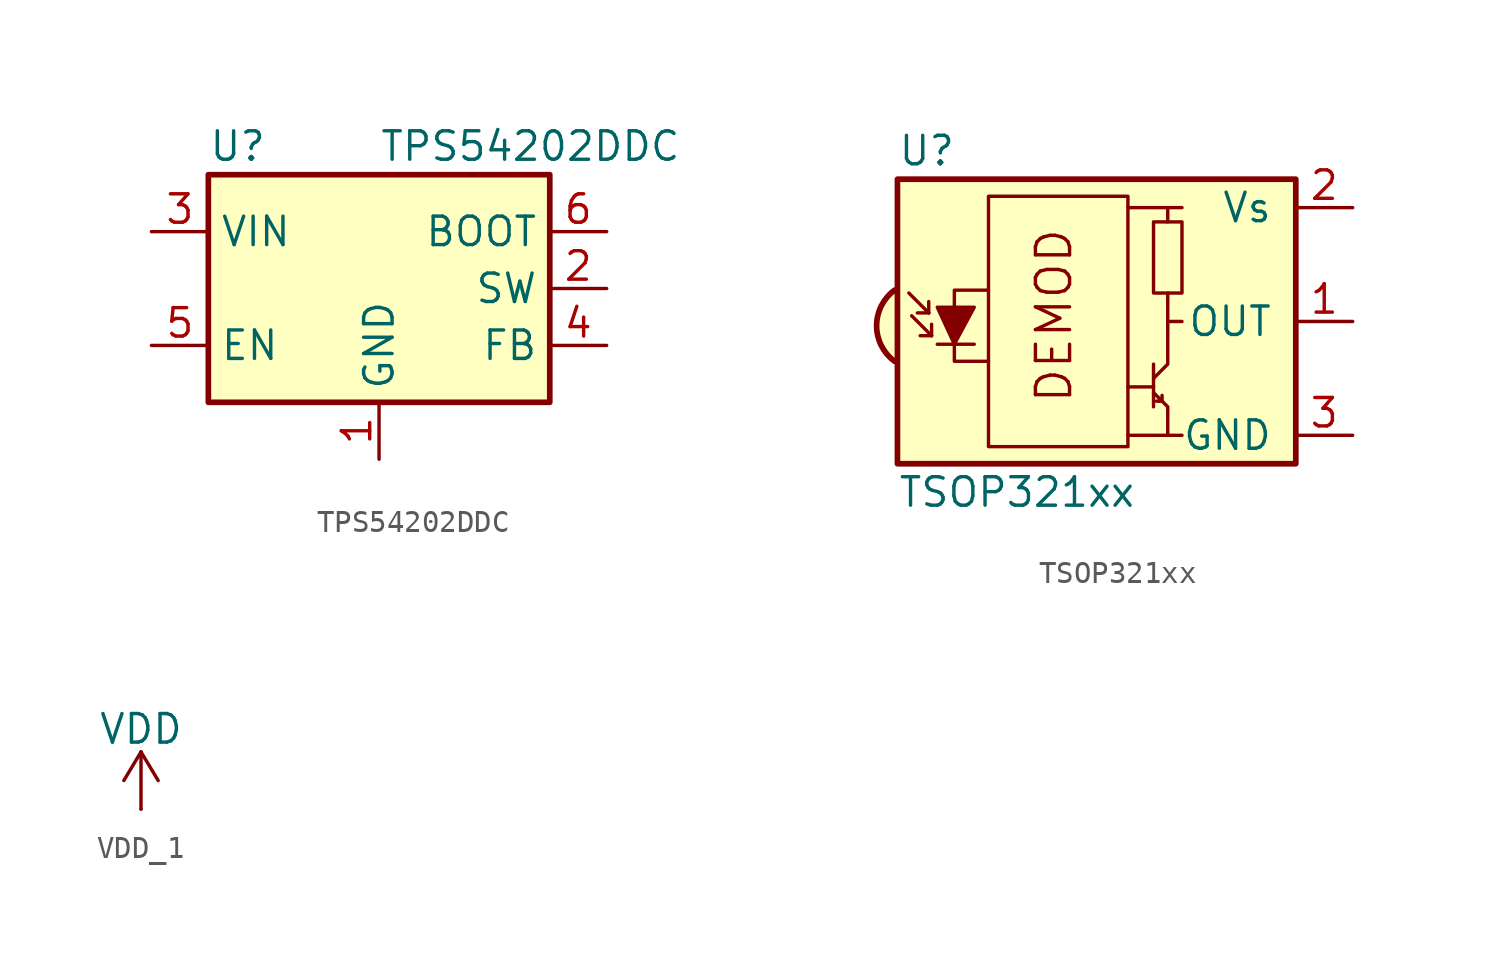
<source format=kicad_sym>
(kicad_symbol_lib
  (version 20241209)
  (generator "kicad_symbol_editor")
  (generator_version "9.0")
  (symbol "TPS54202DDC"
    (property "Reference" "U"
      (at -7.62 6.35 0)
      (effects (font (size 1.27 1.27)) (justify left)))
    (property "Value" "TPS54202DDC"
      (at 0 6.35 0)
      (effects (font (size 1.27 1.27)) (justify left)))
    (symbol "TPS54202DDC_0_1"
      (rectangle (start -7.62 5.08) (end 7.62 -5.08) (stroke (width 0.254) (type default)) (fill (type background))))
    (symbol "TPS54202DDC_1_1"
      (pin power_in line (at -10.16 2.54 0) (length 2.54) (name "VIN" (effects (font (size 1.27 1.27)))) (number "3" (effects (font (size 1.27 1.27)))))
      (pin input line (at -10.16 -2.54 0) (length 2.54) (name "EN" (effects (font (size 1.27 1.27)))) (number "5" (effects (font (size 1.27 1.27)))))
      (pin power_in line (at 0 -7.62 90) (length 2.54) (name "GND" (effects (font (size 1.27 1.27)))) (number "1" (effects (font (size 1.27 1.27)))))
      (pin passive line (at 10.16 2.54 180) (length 2.54) (name "BOOT" (effects (font (size 1.27 1.27)))) (number "6" (effects (font (size 1.27 1.27)))))
      (pin power_out line (at 10.16 0 180) (length 2.54) (name "SW" (effects (font (size 1.27 1.27)))) (number "2" (effects (font (size 1.27 1.27)))))
      (pin input line (at 10.16 -2.54 180) (length 2.54) (name "FB" (effects (font (size 1.27 1.27)))) (number "4" (effects (font (size 1.27 1.27)))))))
  (symbol "TSOP321xx"
    (pin_names
      (offset 1.016))
    (property "Reference" "U"
      (at -10.16 7.62 0)
      (effects (font (size 1.27 1.27)) (justify left)))
    (property "Value" "TSOP321xx"
      (at -10.16 -7.62 0)
      (effects (font (size 1.27 1.27)) (justify left)))
    (symbol "TSOP321xx_0_0"
      (arc (start -10.287 -1.778) (mid -11.0899 -0.1905) (end -10.287 1.397) (stroke (width 0.254) (type default)) (fill (type background)))
      (polyline (pts (xy 1.905 5.08) (xy 0.127 5.08)) (stroke (width 0) (type default)) (fill (type none)))
      (polyline (pts (xy 1.905 -5.08) (xy 0.127 -5.08)) (stroke (width 0) (type default)) (fill (type none)))
      (text "DEMOD" (at -3.175 0.254 900) (effects (font (size 1.524 1.524)))))
    (symbol "TSOP321xx_0_1"
      (polyline (pts (xy -8.763 0.381) (xy -9.652 1.27)) (stroke (width 0) (type default)) (fill (type none)))
      (polyline (pts (xy -8.763 0.381) (xy -9.271 0.381)) (stroke (width 0) (type default)) (fill (type none)))
      (polyline (pts (xy -8.763 0.381) (xy -8.763 0.889)) (stroke (width 0) (type default)) (fill (type none)))
      (polyline (pts (xy -8.636 -0.635) (xy -9.525 0.254)) (stroke (width 0) (type default)) (fill (type none)))
      (polyline (pts (xy -8.636 -0.635) (xy -9.144 -0.635)) (stroke (width 0) (type default)) (fill (type none)))
      (polyline (pts (xy -8.636 -0.635) (xy -8.636 -0.127)) (stroke (width 0) (type default)) (fill (type none)))
      (polyline (pts (xy -8.382 0.635) (xy -6.731 0.635) (xy -7.62 -1.016) (xy -8.382 0.635)) (stroke (width 0) (type default)) (fill (type outline)))
      (polyline (pts (xy -8.382 -1.016) (xy -6.731 -1.016)) (stroke (width 0) (type default)) (fill (type none)))
      (rectangle (start -6.096 5.588) (end 0.127 -5.588) (stroke (width 0) (type default)) (fill (type none)))
      (polyline (pts (xy -6.096 1.397) (xy -7.62 1.397) (xy -7.62 -1.778) (xy -6.096 -1.778)) (stroke (width 0) (type default)) (fill (type none)))
      (polyline (pts (xy 1.27 -1.905) (xy 1.27 -3.81)) (stroke (width 0) (type default)) (fill (type none)))
      (polyline (pts (xy 1.27 -2.54) (xy 1.905 -1.905) (xy 1.905 0) (xy 2.54 0)) (stroke (width 0) (type default)) (fill (type none)))
      (polyline (pts (xy 1.27 -2.921) (xy 0.127 -2.921)) (stroke (width 0) (type default)) (fill (type none)))
      (polyline (pts (xy 1.27 -3.175) (xy 1.905 -3.81) (xy 1.905 -5.08) (xy 2.54 -5.08)) (stroke (width 0) (type default)) (fill (type none)))
      (polyline (pts (xy 1.397 -3.556) (xy 1.524 -3.556)) (stroke (width 0) (type default)) (fill (type none)))
      (polyline (pts (xy 1.651 -3.556) (xy 1.524 -3.556)) (stroke (width 0) (type default)) (fill (type none)))
      (polyline (pts (xy 1.651 -3.556) (xy 1.651 -3.302)) (stroke (width 0) (type default)) (fill (type none)))
      (polyline (pts (xy 1.905 4.445) (xy 1.905 5.08) (xy 2.54 5.08)) (stroke (width 0) (type default)) (fill (type none)))
      (polyline (pts (xy 1.905 0) (xy 1.905 1.27)) (stroke (width 0) (type default)) (fill (type none)))
      (rectangle (start 2.54 1.27) (end 1.27 4.445) (stroke (width 0) (type default)) (fill (type none)))
      (rectangle (start 7.62 6.35) (end -10.16 -6.35) (stroke (width 0.254) (type default)) (fill (type background))))
    (symbol "TSOP321xx_1_1"
      (pin power_in line (at 10.16 5.08 180) (length 2.54) (name "Vs" (effects (font (size 1.27 1.27)))) (number "2" (effects (font (size 1.27 1.27)))))
      (pin output line (at 10.16 0 180) (length 2.54) (name "OUT" (effects (font (size 1.27 1.27)))) (number "1" (effects (font (size 1.27 1.27)))))
      (pin power_in line (at 10.16 -5.08 180) (length 2.54) (name "GND" (effects (font (size 1.27 1.27)))) (number "3" (effects (font (size 1.27 1.27)))))))
  (symbol "VDD_1"
    (power)
    (pin_numbers
      (hide yes))
    (pin_names
      (offset 0)
      (hide yes))
    (property "Reference" "#PWR"
      (at 0 -3.81 0)
      (effects (font (size 1.27 1.27)) (hide yes)))
    (property "Value" "VDD"
      (at 0 3.556 0)
      (effects (font (size 1.27 1.27))))
    (symbol "VDD_1_0_1"
      (polyline (pts (xy -0.762 1.27) (xy 0 2.54)) (stroke (width 0) (type default)) (fill (type none)))
      (polyline (pts (xy 0 2.54) (xy 0.762 1.27)) (stroke (width 0) (type default)) (fill (type none)))
      (polyline (pts (xy 0 0) (xy 0 2.54)) (stroke (width 0) (type default)) (fill (type none))))
    (symbol "VDD_1_1_1"
      (pin power_in line (at 0 0 90) (length 0) (name "~" (effects (font (size 1.27 1.27)))) (number "1" (effects (font (size 1.27 1.27))))))))
</source>
